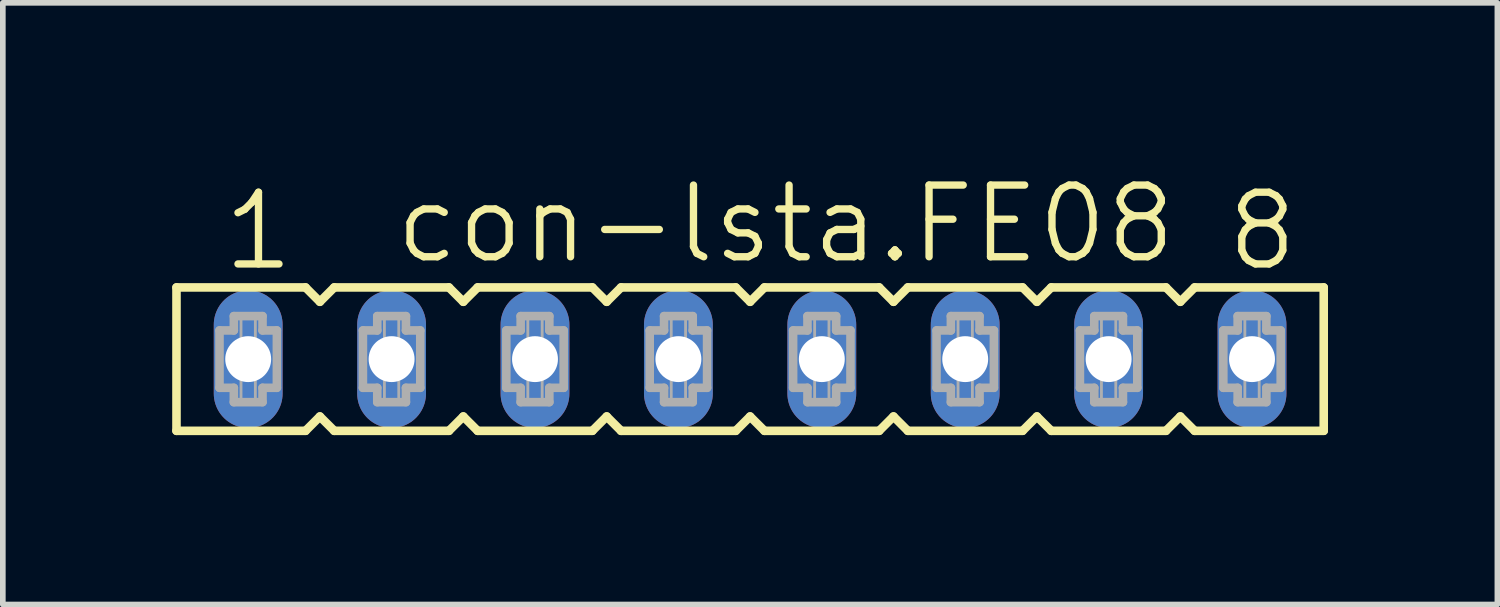
<source format=kicad_pcb>
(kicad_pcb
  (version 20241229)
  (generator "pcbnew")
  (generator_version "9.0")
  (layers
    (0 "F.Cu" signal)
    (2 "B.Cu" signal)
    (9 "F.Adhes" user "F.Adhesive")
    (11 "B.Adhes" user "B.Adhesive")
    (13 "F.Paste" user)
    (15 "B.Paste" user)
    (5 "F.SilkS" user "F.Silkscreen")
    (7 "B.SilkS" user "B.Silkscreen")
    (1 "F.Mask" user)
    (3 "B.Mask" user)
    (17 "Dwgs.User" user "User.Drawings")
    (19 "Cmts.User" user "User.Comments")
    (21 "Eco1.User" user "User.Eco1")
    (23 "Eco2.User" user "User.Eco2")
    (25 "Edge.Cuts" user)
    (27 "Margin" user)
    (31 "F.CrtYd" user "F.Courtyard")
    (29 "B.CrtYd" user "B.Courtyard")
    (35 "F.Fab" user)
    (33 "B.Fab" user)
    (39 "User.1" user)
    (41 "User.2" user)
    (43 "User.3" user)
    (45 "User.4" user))
  (footprint "con-lsta.FE08"
    (layer "F.Cu")
    (at 10.236 3.311)
    (property "Reference" "con-lsta.FE08" (at -6.35 -1.651 0) (layer "F.SilkS") (effects (font (size 1.27 1.27) (thickness 0.13)) (justify left bottom)))
    (attr through_hole)
    (fp_line (start -10.16 -1.27) (end -10.16 1.27) (stroke (width 0.152) (type default)) (layer "F.SilkS"))
    (fp_line (start -10.16 1.27) (end -7.874 1.27) (stroke (width 0.152) (type default)) (layer "F.SilkS"))
    (fp_line (start -7.874 -1.27) (end -10.16 -1.27) (stroke (width 0.152) (type default)) (layer "F.SilkS"))
    (fp_line (start -7.874 1.27) (end -7.62 1.016) (stroke (width 0.152) (type default)) (layer "F.SilkS"))
    (fp_line (start -7.62 -1.016) (end -7.874 -1.27) (stroke (width 0.152) (type default)) (layer "F.SilkS"))
    (fp_line (start -7.62 1.016) (end -7.366 1.27) (stroke (width 0.152) (type default)) (layer "F.SilkS"))
    (fp_line (start -7.366 -1.27) (end -7.62 -1.016) (stroke (width 0.152) (type default)) (layer "F.SilkS"))
    (fp_line (start -7.366 1.27) (end -5.334 1.27) (stroke (width 0.152) (type default)) (layer "F.SilkS"))
    (fp_line (start -5.334 -1.27) (end -7.366 -1.27) (stroke (width 0.152) (type default)) (layer "F.SilkS"))
    (fp_line (start -5.334 1.27) (end -5.08 1.016) (stroke (width 0.152) (type default)) (layer "F.SilkS"))
    (fp_line (start -5.08 -1.016) (end -5.334 -1.27) (stroke (width 0.152) (type default)) (layer "F.SilkS"))
    (fp_line (start -5.08 1.016) (end -4.826 1.27) (stroke (width 0.152) (type default)) (layer "F.SilkS"))
    (fp_line (start -4.826 -1.27) (end -5.08 -1.016) (stroke (width 0.152) (type default)) (layer "F.SilkS"))
    (fp_line (start -4.826 1.27) (end -2.794 1.27) (stroke (width 0.152) (type default)) (layer "F.SilkS"))
    (fp_line (start -2.794 -1.27) (end -4.826 -1.27) (stroke (width 0.152) (type default)) (layer "F.SilkS"))
    (fp_line (start -2.794 1.27) (end -2.54 1.016) (stroke (width 0.152) (type default)) (layer "F.SilkS"))
    (fp_line (start -2.54 -1.016) (end -2.794 -1.27) (stroke (width 0.152) (type default)) (layer "F.SilkS"))
    (fp_line (start -2.54 1.016) (end -2.286 1.27) (stroke (width 0.152) (type default)) (layer "F.SilkS"))
    (fp_line (start -2.286 -1.27) (end -2.54 -1.016) (stroke (width 0.152) (type default)) (layer "F.SilkS"))
    (fp_line (start -2.286 1.27) (end -0.254 1.27) (stroke (width 0.152) (type default)) (layer "F.SilkS"))
    (fp_line (start -0.254 -1.27) (end -2.286 -1.27) (stroke (width 0.152) (type default)) (layer "F.SilkS"))
    (fp_line (start -0.254 1.27) (end 0 1.016) (stroke (width 0.152) (type default)) (layer "F.SilkS"))
    (fp_line (start 0 -1.016) (end -0.254 -1.27) (stroke (width 0.152) (type default)) (layer "F.SilkS"))
    (fp_line (start 0 1.016) (end 0.254 1.27) (stroke (width 0.152) (type default)) (layer "F.SilkS"))
    (fp_line (start 0.254 -1.27) (end 0 -1.016) (stroke (width 0.152) (type default)) (layer "F.SilkS"))
    (fp_line (start 0.254 1.27) (end 2.286 1.27) (stroke (width 0.152) (type default)) (layer "F.SilkS"))
    (fp_line (start 2.286 -1.27) (end 0.254 -1.27) (stroke (width 0.152) (type default)) (layer "F.SilkS"))
    (fp_line (start 2.286 1.27) (end 2.54 1.016) (stroke (width 0.152) (type default)) (layer "F.SilkS"))
    (fp_line (start 2.54 -1.016) (end 2.286 -1.27) (stroke (width 0.152) (type default)) (layer "F.SilkS"))
    (fp_line (start 2.54 1.016) (end 2.794 1.27) (stroke (width 0.152) (type default)) (layer "F.SilkS"))
    (fp_line (start 2.794 -1.27) (end 2.54 -1.016) (stroke (width 0.152) (type default)) (layer "F.SilkS"))
    (fp_line (start 2.794 1.27) (end 4.826 1.27) (stroke (width 0.152) (type default)) (layer "F.SilkS"))
    (fp_line (start 4.826 -1.27) (end 2.794 -1.27) (stroke (width 0.152) (type default)) (layer "F.SilkS"))
    (fp_line (start 4.826 1.27) (end 5.08 1.016) (stroke (width 0.152) (type default)) (layer "F.SilkS"))
    (fp_line (start 5.08 -1.016) (end 4.826 -1.27) (stroke (width 0.152) (type default)) (layer "F.SilkS"))
    (fp_line (start 5.08 1.016) (end 5.334 1.27) (stroke (width 0.152) (type default)) (layer "F.SilkS"))
    (fp_line (start 5.334 -1.27) (end 5.08 -1.016) (stroke (width 0.152) (type default)) (layer "F.SilkS"))
    (fp_line (start 5.334 1.27) (end 7.366 1.27) (stroke (width 0.152) (type default)) (layer "F.SilkS"))
    (fp_line (start 7.366 -1.27) (end 5.334 -1.27) (stroke (width 0.152) (type default)) (layer "F.SilkS"))
    (fp_line (start 7.366 1.27) (end 7.62 1.016) (stroke (width 0.152) (type default)) (layer "F.SilkS"))
    (fp_line (start 7.62 -1.016) (end 7.366 -1.27) (stroke (width 0.152) (type default)) (layer "F.SilkS"))
    (fp_line (start 7.62 1.016) (end 7.874 1.27) (stroke (width 0.152) (type default)) (layer "F.SilkS"))
    (fp_line (start 7.874 -1.27) (end 7.62 -1.016) (stroke (width 0.152) (type default)) (layer "F.SilkS"))
    (fp_line (start 7.874 1.27) (end 10.16 1.27) (stroke (width 0.152) (type default)) (layer "F.SilkS"))
    (fp_line (start 10.16 -1.27) (end 7.874 -1.27) (stroke (width 0.152) (type default)) (layer "F.SilkS"))
    (fp_line (start 10.16 1.27) (end 10.16 -1.27) (stroke (width 0.152) (type default)) (layer "F.SilkS"))
    (fp_line (start -9.398 -0.508) (end -9.398 0.508) (stroke (width 0.152) (type default)) (layer "F.Fab"))
    (fp_line (start -9.398 0.508) (end -9.144 0.508) (stroke (width 0.152) (type default)) (layer "F.Fab"))
    (fp_line (start -9.144 -0.762) (end -9.144 -0.508) (stroke (width 0.152) (type default)) (layer "F.Fab"))
    (fp_line (start -9.144 -0.508) (end -9.398 -0.508) (stroke (width 0.152) (type default)) (layer "F.Fab"))
    (fp_line (start -9.144 0.508) (end -9.144 0.762) (stroke (width 0.152) (type default)) (layer "F.Fab"))
    (fp_line (start -9.144 0.762) (end -8.636 0.762) (stroke (width 0.152) (type default)) (layer "F.Fab"))
    (fp_line (start -8.636 -0.762) (end -9.144 -0.762) (stroke (width 0.152) (type default)) (layer "F.Fab"))
    (fp_line (start -8.636 -0.508) (end -8.636 -0.762) (stroke (width 0.152) (type default)) (layer "F.Fab"))
    (fp_line (start -8.636 0.508) (end -8.382 0.508) (stroke (width 0.152) (type default)) (layer "F.Fab"))
    (fp_line (start -8.636 0.762) (end -8.636 0.508) (stroke (width 0.152) (type default)) (layer "F.Fab"))
    (fp_line (start -8.382 -0.508) (end -8.636 -0.508) (stroke (width 0.152) (type default)) (layer "F.Fab"))
    (fp_line (start -8.382 0.508) (end -8.382 -0.508) (stroke (width 0.152) (type default)) (layer "F.Fab"))
    (fp_line (start -6.858 -0.508) (end -6.858 0.508) (stroke (width 0.152) (type default)) (layer "F.Fab"))
    (fp_line (start -6.858 0.508) (end -6.604 0.508) (stroke (width 0.152) (type default)) (layer "F.Fab"))
    (fp_line (start -6.604 -0.762) (end -6.604 -0.508) (stroke (width 0.152) (type default)) (layer "F.Fab"))
    (fp_line (start -6.604 -0.508) (end -6.858 -0.508) (stroke (width 0.152) (type default)) (layer "F.Fab"))
    (fp_line (start -6.604 0.508) (end -6.604 0.762) (stroke (width 0.152) (type default)) (layer "F.Fab"))
    (fp_line (start -6.604 0.762) (end -6.096 0.762) (stroke (width 0.152) (type default)) (layer "F.Fab"))
    (fp_line (start -6.096 -0.762) (end -6.604 -0.762) (stroke (width 0.152) (type default)) (layer "F.Fab"))
    (fp_line (start -6.096 -0.508) (end -6.096 -0.762) (stroke (width 0.152) (type default)) (layer "F.Fab"))
    (fp_line (start -6.096 0.508) (end -5.842 0.508) (stroke (width 0.152) (type default)) (layer "F.Fab"))
    (fp_line (start -6.096 0.762) (end -6.096 0.508) (stroke (width 0.152) (type default)) (layer "F.Fab"))
    (fp_line (start -5.842 -0.508) (end -6.096 -0.508) (stroke (width 0.152) (type default)) (layer "F.Fab"))
    (fp_line (start -5.842 0.508) (end -5.842 -0.508) (stroke (width 0.152) (type default)) (layer "F.Fab"))
    (fp_line (start -4.318 -0.508) (end -4.318 0.508) (stroke (width 0.152) (type default)) (layer "F.Fab"))
    (fp_line (start -4.318 0.508) (end -4.064 0.508) (stroke (width 0.152) (type default)) (layer "F.Fab"))
    (fp_line (start -4.064 -0.762) (end -4.064 -0.508) (stroke (width 0.152) (type default)) (layer "F.Fab"))
    (fp_line (start -4.064 -0.508) (end -4.318 -0.508) (stroke (width 0.152) (type default)) (layer "F.Fab"))
    (fp_line (start -4.064 0.508) (end -4.064 0.762) (stroke (width 0.152) (type default)) (layer "F.Fab"))
    (fp_line (start -4.064 0.762) (end -3.556 0.762) (stroke (width 0.152) (type default)) (layer "F.Fab"))
    (fp_line (start -3.556 -0.762) (end -4.064 -0.762) (stroke (width 0.152) (type default)) (layer "F.Fab"))
    (fp_line (start -3.556 -0.508) (end -3.556 -0.762) (stroke (width 0.152) (type default)) (layer "F.Fab"))
    (fp_line (start -3.556 0.508) (end -3.302 0.508) (stroke (width 0.152) (type default)) (layer "F.Fab"))
    (fp_line (start -3.556 0.762) (end -3.556 0.508) (stroke (width 0.152) (type default)) (layer "F.Fab"))
    (fp_line (start -3.302 -0.508) (end -3.556 -0.508) (stroke (width 0.152) (type default)) (layer "F.Fab"))
    (fp_line (start -3.302 0.508) (end -3.302 -0.508) (stroke (width 0.152) (type default)) (layer "F.Fab"))
    (fp_line (start -1.778 -0.508) (end -1.778 0.508) (stroke (width 0.152) (type default)) (layer "F.Fab"))
    (fp_line (start -1.778 0.508) (end -1.524 0.508) (stroke (width 0.152) (type default)) (layer "F.Fab"))
    (fp_line (start -1.524 -0.762) (end -1.524 -0.508) (stroke (width 0.152) (type default)) (layer "F.Fab"))
    (fp_line (start -1.524 -0.508) (end -1.778 -0.508) (stroke (width 0.152) (type default)) (layer "F.Fab"))
    (fp_line (start -1.524 0.508) (end -1.524 0.762) (stroke (width 0.152) (type default)) (layer "F.Fab"))
    (fp_line (start -1.524 0.762) (end -1.016 0.762) (stroke (width 0.152) (type default)) (layer "F.Fab"))
    (fp_line (start -1.016 -0.762) (end -1.524 -0.762) (stroke (width 0.152) (type default)) (layer "F.Fab"))
    (fp_line (start -1.016 -0.508) (end -1.016 -0.762) (stroke (width 0.152) (type default)) (layer "F.Fab"))
    (fp_line (start -1.016 0.508) (end -0.762 0.508) (stroke (width 0.152) (type default)) (layer "F.Fab"))
    (fp_line (start -1.016 0.762) (end -1.016 0.508) (stroke (width 0.152) (type default)) (layer "F.Fab"))
    (fp_line (start -0.762 -0.508) (end -1.016 -0.508) (stroke (width 0.152) (type default)) (layer "F.Fab"))
    (fp_line (start -0.762 0.508) (end -0.762 -0.508) (stroke (width 0.152) (type default)) (layer "F.Fab"))
    (fp_line (start 0.762 -0.508) (end 0.762 0.508) (stroke (width 0.152) (type default)) (layer "F.Fab"))
    (fp_line (start 0.762 0.508) (end 1.016 0.508) (stroke (width 0.152) (type default)) (layer "F.Fab"))
    (fp_line (start 1.016 -0.762) (end 1.016 -0.508) (stroke (width 0.152) (type default)) (layer "F.Fab"))
    (fp_line (start 1.016 -0.508) (end 0.762 -0.508) (stroke (width 0.152) (type default)) (layer "F.Fab"))
    (fp_line (start 1.016 0.508) (end 1.016 0.762) (stroke (width 0.152) (type default)) (layer "F.Fab"))
    (fp_line (start 1.016 0.762) (end 1.524 0.762) (stroke (width 0.152) (type default)) (layer "F.Fab"))
    (fp_line (start 1.524 -0.762) (end 1.016 -0.762) (stroke (width 0.152) (type default)) (layer "F.Fab"))
    (fp_line (start 1.524 -0.508) (end 1.524 -0.762) (stroke (width 0.152) (type default)) (layer "F.Fab"))
    (fp_line (start 1.524 0.508) (end 1.778 0.508) (stroke (width 0.152) (type default)) (layer "F.Fab"))
    (fp_line (start 1.524 0.762) (end 1.524 0.508) (stroke (width 0.152) (type default)) (layer "F.Fab"))
    (fp_line (start 1.778 -0.508) (end 1.524 -0.508) (stroke (width 0.152) (type default)) (layer "F.Fab"))
    (fp_line (start 1.778 0.508) (end 1.778 -0.508) (stroke (width 0.152) (type default)) (layer "F.Fab"))
    (fp_line (start 3.302 -0.508) (end 3.302 0.508) (stroke (width 0.152) (type default)) (layer "F.Fab"))
    (fp_line (start 3.302 0.508) (end 3.556 0.508) (stroke (width 0.152) (type default)) (layer "F.Fab"))
    (fp_line (start 3.556 -0.762) (end 3.556 -0.508) (stroke (width 0.152) (type default)) (layer "F.Fab"))
    (fp_line (start 3.556 -0.508) (end 3.302 -0.508) (stroke (width 0.152) (type default)) (layer "F.Fab"))
    (fp_line (start 3.556 0.508) (end 3.556 0.762) (stroke (width 0.152) (type default)) (layer "F.Fab"))
    (fp_line (start 3.556 0.762) (end 4.064 0.762) (stroke (width 0.152) (type default)) (layer "F.Fab"))
    (fp_line (start 4.064 -0.762) (end 3.556 -0.762) (stroke (width 0.152) (type default)) (layer "F.Fab"))
    (fp_line (start 4.064 -0.508) (end 4.064 -0.762) (stroke (width 0.152) (type default)) (layer "F.Fab"))
    (fp_line (start 4.064 0.508) (end 4.318 0.508) (stroke (width 0.152) (type default)) (layer "F.Fab"))
    (fp_line (start 4.064 0.762) (end 4.064 0.508) (stroke (width 0.152) (type default)) (layer "F.Fab"))
    (fp_line (start 4.318 -0.508) (end 4.064 -0.508) (stroke (width 0.152) (type default)) (layer "F.Fab"))
    (fp_line (start 4.318 0.508) (end 4.318 -0.508) (stroke (width 0.152) (type default)) (layer "F.Fab"))
    (fp_line (start 5.842 -0.508) (end 5.842 0.508) (stroke (width 0.152) (type default)) (layer "F.Fab"))
    (fp_line (start 5.842 0.508) (end 6.096 0.508) (stroke (width 0.152) (type default)) (layer "F.Fab"))
    (fp_line (start 6.096 -0.762) (end 6.096 -0.508) (stroke (width 0.152) (type default)) (layer "F.Fab"))
    (fp_line (start 6.096 -0.508) (end 5.842 -0.508) (stroke (width 0.152) (type default)) (layer "F.Fab"))
    (fp_line (start 6.096 0.508) (end 6.096 0.762) (stroke (width 0.152) (type default)) (layer "F.Fab"))
    (fp_line (start 6.096 0.762) (end 6.604 0.762) (stroke (width 0.152) (type default)) (layer "F.Fab"))
    (fp_line (start 6.604 -0.762) (end 6.096 -0.762) (stroke (width 0.152) (type default)) (layer "F.Fab"))
    (fp_line (start 6.604 -0.508) (end 6.604 -0.762) (stroke (width 0.152) (type default)) (layer "F.Fab"))
    (fp_line (start 6.604 0.508) (end 6.858 0.508) (stroke (width 0.152) (type default)) (layer "F.Fab"))
    (fp_line (start 6.604 0.762) (end 6.604 0.508) (stroke (width 0.152) (type default)) (layer "F.Fab"))
    (fp_line (start 6.858 -0.508) (end 6.604 -0.508) (stroke (width 0.152) (type default)) (layer "F.Fab"))
    (fp_line (start 6.858 0.508) (end 6.858 -0.508) (stroke (width 0.152) (type default)) (layer "F.Fab"))
    (fp_line (start 8.382 -0.508) (end 8.382 0.508) (stroke (width 0.152) (type default)) (layer "F.Fab"))
    (fp_line (start 8.382 0.508) (end 8.636 0.508) (stroke (width 0.152) (type default)) (layer "F.Fab"))
    (fp_line (start 8.636 -0.762) (end 8.636 -0.508) (stroke (width 0.152) (type default)) (layer "F.Fab"))
    (fp_line (start 8.636 -0.508) (end 8.382 -0.508) (stroke (width 0.152) (type default)) (layer "F.Fab"))
    (fp_line (start 8.636 0.508) (end 8.636 0.762) (stroke (width 0.152) (type default)) (layer "F.Fab"))
    (fp_line (start 8.636 0.762) (end 9.144 0.762) (stroke (width 0.152) (type default)) (layer "F.Fab"))
    (fp_line (start 9.144 -0.762) (end 8.636 -0.762) (stroke (width 0.152) (type default)) (layer "F.Fab"))
    (fp_line (start 9.144 -0.508) (end 9.144 -0.762) (stroke (width 0.152) (type default)) (layer "F.Fab"))
    (fp_line (start 9.144 0.508) (end 9.398 0.508) (stroke (width 0.152) (type default)) (layer "F.Fab"))
    (fp_line (start 9.144 0.762) (end 9.144 0.508) (stroke (width 0.152) (type default)) (layer "F.Fab"))
    (fp_line (start 9.398 -0.508) (end 9.144 -0.508) (stroke (width 0.152) (type default)) (layer "F.Fab"))
    (fp_line (start 9.398 0.508) (end 9.398 -0.508) (stroke (width 0.152) (type default)) (layer "F.Fab"))
    (fp_rect (start -9.017 -0.254) (end -8.763 -0.762) (stroke (width 0.05) (type default)) (fill no) (layer "F.Fab"))
    (fp_rect (start -9.017 0.762) (end -8.763 0.254) (stroke (width 0.05) (type default)) (fill no) (layer "F.Fab"))
    (fp_rect (start -6.477 -0.254) (end -6.223 -0.762) (stroke (width 0.05) (type default)) (fill no) (layer "F.Fab"))
    (fp_rect (start -6.477 0.762) (end -6.223 0.254) (stroke (width 0.05) (type default)) (fill no) (layer "F.Fab"))
    (fp_rect (start -3.937 -0.254) (end -3.683 -0.762) (stroke (width 0.05) (type default)) (fill no) (layer "F.Fab"))
    (fp_rect (start -3.937 0.762) (end -3.683 0.254) (stroke (width 0.05) (type default)) (fill no) (layer "F.Fab"))
    (fp_rect (start -1.397 -0.254) (end -1.143 -0.762) (stroke (width 0.05) (type default)) (fill no) (layer "F.Fab"))
    (fp_rect (start -1.397 0.762) (end -1.143 0.254) (stroke (width 0.05) (type default)) (fill no) (layer "F.Fab"))
    (fp_rect (start 1.143 -0.254) (end 1.397 -0.762) (stroke (width 0.05) (type default)) (fill no) (layer "F.Fab"))
    (fp_rect (start 1.143 0.762) (end 1.397 0.254) (stroke (width 0.05) (type default)) (fill no) (layer "F.Fab"))
    (fp_rect (start 3.683 -0.254) (end 3.937 -0.762) (stroke (width 0.05) (type default)) (fill no) (layer "F.Fab"))
    (fp_rect (start 3.683 0.762) (end 3.937 0.254) (stroke (width 0.05) (type default)) (fill no) (layer "F.Fab"))
    (fp_rect (start 6.223 -0.254) (end 6.477 -0.762) (stroke (width 0.05) (type default)) (fill no) (layer "F.Fab"))
    (fp_rect (start 6.223 0.762) (end 6.477 0.254) (stroke (width 0.05) (type default)) (fill no) (layer "F.Fab"))
    (fp_rect (start 8.763 -0.254) (end 9.017 -0.762) (stroke (width 0.05) (type default)) (fill no) (layer "F.Fab"))
    (fp_rect (start 8.763 0.762) (end 9.017 0.254) (stroke (width 0.05) (type default)) (fill no) (layer "F.Fab"))
    (fp_text user "1" (at -9.398 -1.524 0) (layer "F.SilkS") (effects (font (size 1.27 1.27) (thickness 0.13)) (justify left bottom)))
    (fp_text user "8" (at 8.382 -1.524 0) (layer "F.SilkS") (effects (font (size 1.27 1.27) (thickness 0.13)) (justify left bottom)))
    (pad "1" thru_hole oval (at -8.89 0 90) (size 2.438 1.219) (drill 0.813) (layers "*.Cu" "*.Mask"))
    (pad "2" thru_hole oval (at -6.35 0 90) (size 2.438 1.219) (drill 0.813) (layers "*.Cu" "*.Mask"))
    (pad "3" thru_hole oval (at -3.81 0 90) (size 2.438 1.219) (drill 0.813) (layers "*.Cu" "*.Mask"))
    (pad "4" thru_hole oval (at -1.27 0 90) (size 2.438 1.219) (drill 0.813) (layers "*.Cu" "*.Mask"))
    (pad "5" thru_hole oval (at 1.27 0 90) (size 2.438 1.219) (drill 0.813) (layers "*.Cu" "*.Mask"))
    (pad "6" thru_hole oval (at 3.81 0 90) (size 2.438 1.219) (drill 0.813) (layers "*.Cu" "*.Mask"))
    (pad "7" thru_hole oval (at 6.35 0 90) (size 2.438 1.219) (drill 0.813) (layers "*.Cu" "*.Mask"))
    (pad "8" thru_hole oval (at 8.89 0 90) (size 2.438 1.219) (drill 0.813) (layers "*.Cu" "*.Mask")))
  (gr_rect
    (start -3 -3)
    (end 23.472 7.657)
    (stroke (width 0.1) (type default))
    (fill no)
    (layer "Edge.Cuts")))
</source>
